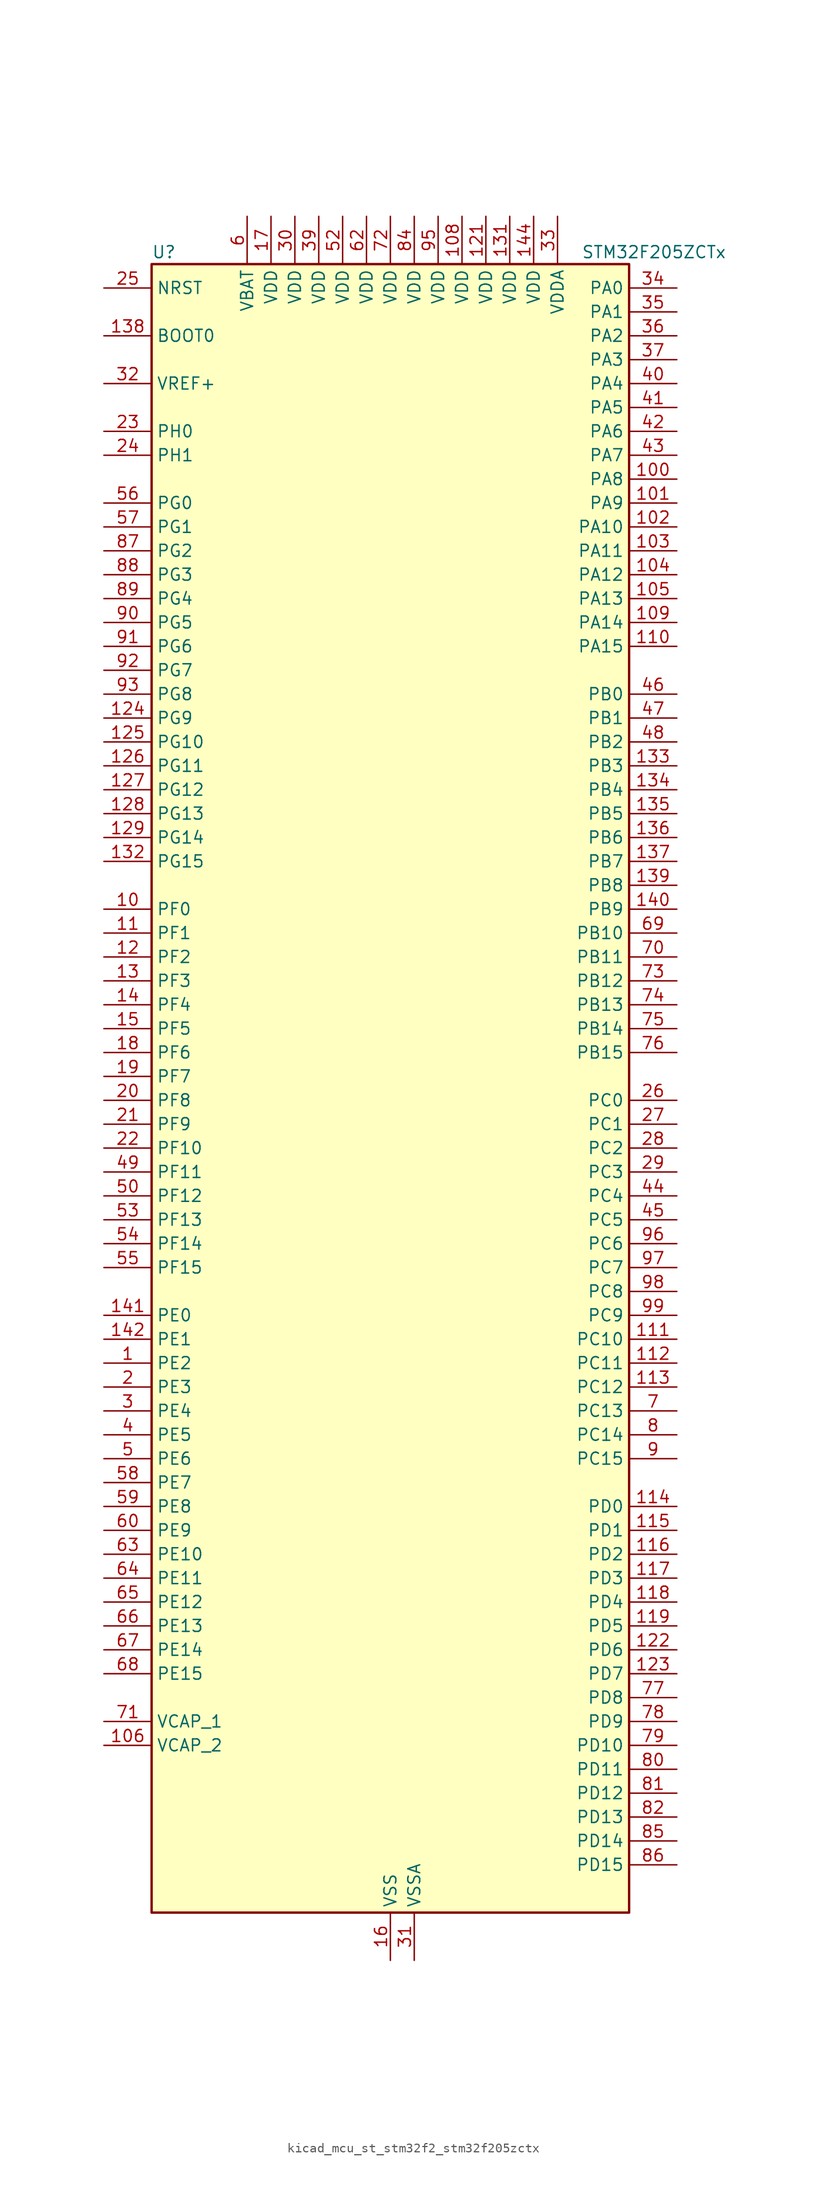
<source format=kicad_sym>
(kicad_symbol_lib
  (version 20220914)
  (generator kicad_symbol_editor)
  (symbol "kicad_mcu_st_stm32f2_stm32f205zctx"
    (property "Reference" "U"
      (at -25.4 90.17 0)
      (effects (font (size 1.27 1.27)) (justify left)))
    (property "Value" "STM32F205ZCTx"
      (at 20.32 90.17 0)
      (effects (font (size 1.27 1.27)) (justify left)))
    (property "ki_locked" ""
      (at 0 0 0)
      (effects (font (size 1.27 1.27))))
    (symbol "kicad_mcu_st_stm32f2_stm32f205zctx_0_1"
      (rectangle (start -25.4 -86.36) (end 25.4 88.9) (stroke (width 0.254) (type default)) (fill (type background))))
    (symbol "kicad_mcu_st_stm32f2_stm32f205zctx_1_1"
      (pin bidirectional line (at -30.48 -27.94 0) (length 5.08) (name "PE2" (effects (font (size 1.27 1.27)))) (number "1" (effects (font (size 1.27 1.27)))) (alternate "FSMC_A23" bidirectional line) (alternate "SYS_TRACECLK" bidirectional line))
      (pin bidirectional line (at -30.48 20.32 0) (length 5.08) (name "PF0" (effects (font (size 1.27 1.27)))) (number "10" (effects (font (size 1.27 1.27)))) (alternate "FSMC_A0" bidirectional line) (alternate "I2C2_SDA" bidirectional line))
      (pin bidirectional line (at 30.48 66.04 180) (length 5.08) (name "PA8" (effects (font (size 1.27 1.27)))) (number "100" (effects (font (size 1.27 1.27)))) (alternate "I2C3_SCL" bidirectional line) (alternate "RCC_MCO_1" bidirectional line) (alternate "TIM1_CH1" bidirectional line) (alternate "USART1_CK" bidirectional line) (alternate "USB_OTG_FS_SOF" bidirectional line))
      (pin bidirectional line (at 30.48 63.5 180) (length 5.08) (name "PA9" (effects (font (size 1.27 1.27)))) (number "101" (effects (font (size 1.27 1.27)))) (alternate "DAC_EXTI9" bidirectional line) (alternate "I2C3_SMBA" bidirectional line) (alternate "TIM1_CH2" bidirectional line) (alternate "USART1_TX" bidirectional line) (alternate "USB_OTG_FS_VBUS" bidirectional line))
      (pin bidirectional line (at 30.48 60.96 180) (length 5.08) (name "PA10" (effects (font (size 1.27 1.27)))) (number "102" (effects (font (size 1.27 1.27)))) (alternate "TIM1_CH3" bidirectional line) (alternate "USART1_RX" bidirectional line) (alternate "USB_OTG_FS_ID" bidirectional line))
      (pin bidirectional line (at 30.48 58.42 180) (length 5.08) (name "PA11" (effects (font (size 1.27 1.27)))) (number "103" (effects (font (size 1.27 1.27)))) (alternate "ADC1_EXTI11" bidirectional line) (alternate "ADC2_EXTI11" bidirectional line) (alternate "ADC3_EXTI11" bidirectional line) (alternate "CAN1_RX" bidirectional line) (alternate "TIM1_CH4" bidirectional line) (alternate "USART1_CTS" bidirectional line) (alternate "USB_OTG_FS_DM" bidirectional line))
      (pin bidirectional line (at 30.48 55.88 180) (length 5.08) (name "PA12" (effects (font (size 1.27 1.27)))) (number "104" (effects (font (size 1.27 1.27)))) (alternate "CAN1_TX" bidirectional line) (alternate "TIM1_ETR" bidirectional line) (alternate "USART1_RTS" bidirectional line) (alternate "USB_OTG_FS_DP" bidirectional line))
      (pin bidirectional line (at 30.48 53.34 180) (length 5.08) (name "PA13" (effects (font (size 1.27 1.27)))) (number "105" (effects (font (size 1.27 1.27)))) (alternate "SYS_JTMS-SWDIO" bidirectional line))
      (pin power_out line (at -30.48 -68.58 0) (length 5.08) (name "VCAP_2" (effects (font (size 1.27 1.27)))) (number "106" (effects (font (size 1.27 1.27)))))
      (pin passive line (at 0 -91.44 90) (length 5.08) hide (name "VSS" (effects (font (size 1.27 1.27)))) (number "107" (effects (font (size 1.27 1.27)))))
      (pin power_in line (at 7.62 93.98 270) (length 5.08) (name "VDD" (effects (font (size 1.27 1.27)))) (number "108" (effects (font (size 1.27 1.27)))))
      (pin bidirectional line (at 30.48 50.8 180) (length 5.08) (name "PA14" (effects (font (size 1.27 1.27)))) (number "109" (effects (font (size 1.27 1.27)))) (alternate "SYS_JTCK-SWCLK" bidirectional line))
      (pin bidirectional line (at -30.48 17.78 0) (length 5.08) (name "PF1" (effects (font (size 1.27 1.27)))) (number "11" (effects (font (size 1.27 1.27)))) (alternate "FSMC_A1" bidirectional line) (alternate "I2C2_SCL" bidirectional line))
      (pin bidirectional line (at 30.48 48.26 180) (length 5.08) (name "PA15" (effects (font (size 1.27 1.27)))) (number "110" (effects (font (size 1.27 1.27)))) (alternate "ADC1_EXTI15" bidirectional line) (alternate "ADC2_EXTI15" bidirectional line) (alternate "ADC3_EXTI15" bidirectional line) (alternate "I2S3_WS" bidirectional line) (alternate "SPI1_NSS" bidirectional line) (alternate "SPI3_NSS" bidirectional line) (alternate "SYS_JTDI" bidirectional line) (alternate "TIM2_CH1" bidirectional line) (alternate "TIM2_ETR" bidirectional line))
      (pin bidirectional line (at 30.48 -25.4 180) (length 5.08) (name "PC10" (effects (font (size 1.27 1.27)))) (number "111" (effects (font (size 1.27 1.27)))) (alternate "I2S3_SCK" bidirectional line) (alternate "SDIO_D2" bidirectional line) (alternate "SPI3_SCK" bidirectional line) (alternate "UART4_TX" bidirectional line) (alternate "USART3_TX" bidirectional line))
      (pin bidirectional line (at 30.48 -27.94 180) (length 5.08) (name "PC11" (effects (font (size 1.27 1.27)))) (number "112" (effects (font (size 1.27 1.27)))) (alternate "ADC1_EXTI11" bidirectional line) (alternate "ADC2_EXTI11" bidirectional line) (alternate "ADC3_EXTI11" bidirectional line) (alternate "SDIO_D3" bidirectional line) (alternate "SPI3_MISO" bidirectional line) (alternate "UART4_RX" bidirectional line) (alternate "USART3_RX" bidirectional line))
      (pin bidirectional line (at 30.48 -30.48 180) (length 5.08) (name "PC12" (effects (font (size 1.27 1.27)))) (number "113" (effects (font (size 1.27 1.27)))) (alternate "I2S3_SD" bidirectional line) (alternate "SDIO_CK" bidirectional line) (alternate "SPI3_MOSI" bidirectional line) (alternate "UART5_TX" bidirectional line) (alternate "USART3_CK" bidirectional line))
      (pin bidirectional line (at 30.48 -43.18 180) (length 5.08) (name "PD0" (effects (font (size 1.27 1.27)))) (number "114" (effects (font (size 1.27 1.27)))) (alternate "CAN1_RX" bidirectional line) (alternate "FSMC_D2" bidirectional line) (alternate "FSMC_DA2" bidirectional line))
      (pin bidirectional line (at 30.48 -45.72 180) (length 5.08) (name "PD1" (effects (font (size 1.27 1.27)))) (number "115" (effects (font (size 1.27 1.27)))) (alternate "CAN1_TX" bidirectional line) (alternate "FSMC_D3" bidirectional line) (alternate "FSMC_DA3" bidirectional line))
      (pin bidirectional line (at 30.48 -48.26 180) (length 5.08) (name "PD2" (effects (font (size 1.27 1.27)))) (number "116" (effects (font (size 1.27 1.27)))) (alternate "SDIO_CMD" bidirectional line) (alternate "TIM3_ETR" bidirectional line) (alternate "UART5_RX" bidirectional line))
      (pin bidirectional line (at 30.48 -50.8 180) (length 5.08) (name "PD3" (effects (font (size 1.27 1.27)))) (number "117" (effects (font (size 1.27 1.27)))) (alternate "FSMC_CLK" bidirectional line) (alternate "USART2_CTS" bidirectional line))
      (pin bidirectional line (at 30.48 -53.34 180) (length 5.08) (name "PD4" (effects (font (size 1.27 1.27)))) (number "118" (effects (font (size 1.27 1.27)))) (alternate "FSMC_NOE" bidirectional line) (alternate "USART2_RTS" bidirectional line))
      (pin bidirectional line (at 30.48 -55.88 180) (length 5.08) (name "PD5" (effects (font (size 1.27 1.27)))) (number "119" (effects (font (size 1.27 1.27)))) (alternate "FSMC_NWE" bidirectional line) (alternate "USART2_TX" bidirectional line))
      (pin bidirectional line (at -30.48 15.24 0) (length 5.08) (name "PF2" (effects (font (size 1.27 1.27)))) (number "12" (effects (font (size 1.27 1.27)))) (alternate "FSMC_A2" bidirectional line) (alternate "I2C2_SMBA" bidirectional line))
      (pin passive line (at 0 -91.44 90) (length 5.08) hide (name "VSS" (effects (font (size 1.27 1.27)))) (number "120" (effects (font (size 1.27 1.27)))))
      (pin power_in line (at 10.16 93.98 270) (length 5.08) (name "VDD" (effects (font (size 1.27 1.27)))) (number "121" (effects (font (size 1.27 1.27)))))
      (pin bidirectional line (at 30.48 -58.42 180) (length 5.08) (name "PD6" (effects (font (size 1.27 1.27)))) (number "122" (effects (font (size 1.27 1.27)))) (alternate "FSMC_NWAIT" bidirectional line) (alternate "USART2_RX" bidirectional line))
      (pin bidirectional line (at 30.48 -60.96 180) (length 5.08) (name "PD7" (effects (font (size 1.27 1.27)))) (number "123" (effects (font (size 1.27 1.27)))) (alternate "FSMC_NCE2" bidirectional line) (alternate "FSMC_NE1" bidirectional line) (alternate "USART2_CK" bidirectional line))
      (pin bidirectional line (at -30.48 40.64 0) (length 5.08) (name "PG9" (effects (font (size 1.27 1.27)))) (number "124" (effects (font (size 1.27 1.27)))) (alternate "DAC_EXTI9" bidirectional line) (alternate "FSMC_NCE3" bidirectional line) (alternate "FSMC_NE2" bidirectional line) (alternate "USART6_RX" bidirectional line))
      (pin bidirectional line (at -30.48 38.1 0) (length 5.08) (name "PG10" (effects (font (size 1.27 1.27)))) (number "125" (effects (font (size 1.27 1.27)))) (alternate "FSMC_NCE4_1" bidirectional line) (alternate "FSMC_NE3" bidirectional line))
      (pin bidirectional line (at -30.48 35.56 0) (length 5.08) (name "PG11" (effects (font (size 1.27 1.27)))) (number "126" (effects (font (size 1.27 1.27)))) (alternate "ADC1_EXTI11" bidirectional line) (alternate "ADC2_EXTI11" bidirectional line) (alternate "ADC3_EXTI11" bidirectional line) (alternate "FSMC_NCE4_2" bidirectional line))
      (pin bidirectional line (at -30.48 33.02 0) (length 5.08) (name "PG12" (effects (font (size 1.27 1.27)))) (number "127" (effects (font (size 1.27 1.27)))) (alternate "FSMC_NE4" bidirectional line) (alternate "USART6_RTS" bidirectional line))
      (pin bidirectional line (at -30.48 30.48 0) (length 5.08) (name "PG13" (effects (font (size 1.27 1.27)))) (number "128" (effects (font (size 1.27 1.27)))) (alternate "FSMC_A24" bidirectional line) (alternate "USART6_CTS" bidirectional line))
      (pin bidirectional line (at -30.48 27.94 0) (length 5.08) (name "PG14" (effects (font (size 1.27 1.27)))) (number "129" (effects (font (size 1.27 1.27)))) (alternate "FSMC_A25" bidirectional line) (alternate "USART6_TX" bidirectional line))
      (pin bidirectional line (at -30.48 12.7 0) (length 5.08) (name "PF3" (effects (font (size 1.27 1.27)))) (number "13" (effects (font (size 1.27 1.27)))) (alternate "ADC3_IN9" bidirectional line) (alternate "FSMC_A3" bidirectional line))
      (pin passive line (at 0 -91.44 90) (length 5.08) hide (name "VSS" (effects (font (size 1.27 1.27)))) (number "130" (effects (font (size 1.27 1.27)))))
      (pin power_in line (at 12.7 93.98 270) (length 5.08) (name "VDD" (effects (font (size 1.27 1.27)))) (number "131" (effects (font (size 1.27 1.27)))))
      (pin bidirectional line (at -30.48 25.4 0) (length 5.08) (name "PG15" (effects (font (size 1.27 1.27)))) (number "132" (effects (font (size 1.27 1.27)))) (alternate "ADC1_EXTI15" bidirectional line) (alternate "ADC2_EXTI15" bidirectional line) (alternate "ADC3_EXTI15" bidirectional line) (alternate "USART6_CTS" bidirectional line))
      (pin bidirectional line (at 30.48 35.56 180) (length 5.08) (name "PB3" (effects (font (size 1.27 1.27)))) (number "133" (effects (font (size 1.27 1.27)))) (alternate "I2S3_SCK" bidirectional line) (alternate "SPI1_SCK" bidirectional line) (alternate "SPI3_SCK" bidirectional line) (alternate "SYS_JTDO-SWO" bidirectional line) (alternate "TIM2_CH2" bidirectional line))
      (pin bidirectional line (at 30.48 33.02 180) (length 5.08) (name "PB4" (effects (font (size 1.27 1.27)))) (number "134" (effects (font (size 1.27 1.27)))) (alternate "SPI1_MISO" bidirectional line) (alternate "SPI3_MISO" bidirectional line) (alternate "SYS_JTRST" bidirectional line) (alternate "TIM3_CH1" bidirectional line))
      (pin bidirectional line (at 30.48 30.48 180) (length 5.08) (name "PB5" (effects (font (size 1.27 1.27)))) (number "135" (effects (font (size 1.27 1.27)))) (alternate "CAN2_RX" bidirectional line) (alternate "I2C1_SMBA" bidirectional line) (alternate "I2S3_SD" bidirectional line) (alternate "SPI1_MOSI" bidirectional line) (alternate "SPI3_MOSI" bidirectional line) (alternate "TIM3_CH2" bidirectional line) (alternate "USB_OTG_HS_ULPI_D7" bidirectional line))
      (pin bidirectional line (at 30.48 27.94 180) (length 5.08) (name "PB6" (effects (font (size 1.27 1.27)))) (number "136" (effects (font (size 1.27 1.27)))) (alternate "CAN2_TX" bidirectional line) (alternate "I2C1_SCL" bidirectional line) (alternate "TIM4_CH1" bidirectional line) (alternate "USART1_TX" bidirectional line))
      (pin bidirectional line (at 30.48 25.4 180) (length 5.08) (name "PB7" (effects (font (size 1.27 1.27)))) (number "137" (effects (font (size 1.27 1.27)))) (alternate "FSMC_NL" bidirectional line) (alternate "I2C1_SDA" bidirectional line) (alternate "TIM4_CH2" bidirectional line) (alternate "USART1_RX" bidirectional line))
      (pin input line (at -30.48 81.28 0) (length 5.08) (name "BOOT0" (effects (font (size 1.27 1.27)))) (number "138" (effects (font (size 1.27 1.27)))))
      (pin bidirectional line (at 30.48 22.86 180) (length 5.08) (name "PB8" (effects (font (size 1.27 1.27)))) (number "139" (effects (font (size 1.27 1.27)))) (alternate "CAN1_RX" bidirectional line) (alternate "I2C1_SCL" bidirectional line) (alternate "SDIO_D4" bidirectional line) (alternate "TIM10_CH1" bidirectional line) (alternate "TIM4_CH3" bidirectional line))
      (pin bidirectional line (at -30.48 10.16 0) (length 5.08) (name "PF4" (effects (font (size 1.27 1.27)))) (number "14" (effects (font (size 1.27 1.27)))) (alternate "ADC3_IN14" bidirectional line) (alternate "FSMC_A4" bidirectional line))
      (pin bidirectional line (at 30.48 20.32 180) (length 5.08) (name "PB9" (effects (font (size 1.27 1.27)))) (number "140" (effects (font (size 1.27 1.27)))) (alternate "CAN1_TX" bidirectional line) (alternate "DAC_EXTI9" bidirectional line) (alternate "I2C1_SDA" bidirectional line) (alternate "I2S2_WS" bidirectional line) (alternate "SDIO_D5" bidirectional line) (alternate "SPI2_NSS" bidirectional line) (alternate "TIM11_CH1" bidirectional line) (alternate "TIM4_CH4" bidirectional line))
      (pin bidirectional line (at -30.48 -22.86 0) (length 5.08) (name "PE0" (effects (font (size 1.27 1.27)))) (number "141" (effects (font (size 1.27 1.27)))) (alternate "FSMC_NBL0" bidirectional line) (alternate "TIM4_ETR" bidirectional line))
      (pin bidirectional line (at -30.48 -25.4 0) (length 5.08) (name "PE1" (effects (font (size 1.27 1.27)))) (number "142" (effects (font (size 1.27 1.27)))) (alternate "FSMC_NBL1" bidirectional line))
      (pin no_connect line (at -25.4 -86.36 0) (length 5.08) hide (name "RFU" (effects (font (size 1.27 1.27)))) (number "143" (effects (font (size 1.27 1.27)))))
      (pin power_in line (at 15.24 93.98 270) (length 5.08) (name "VDD" (effects (font (size 1.27 1.27)))) (number "144" (effects (font (size 1.27 1.27)))))
      (pin bidirectional line (at -30.48 7.62 0) (length 5.08) (name "PF5" (effects (font (size 1.27 1.27)))) (number "15" (effects (font (size 1.27 1.27)))) (alternate "ADC3_IN15" bidirectional line) (alternate "FSMC_A5" bidirectional line))
      (pin power_in line (at 0 -91.44 90) (length 5.08) (name "VSS" (effects (font (size 1.27 1.27)))) (number "16" (effects (font (size 1.27 1.27)))))
      (pin power_in line (at -12.7 93.98 270) (length 5.08) (name "VDD" (effects (font (size 1.27 1.27)))) (number "17" (effects (font (size 1.27 1.27)))))
      (pin bidirectional line (at -30.48 5.08 0) (length 5.08) (name "PF6" (effects (font (size 1.27 1.27)))) (number "18" (effects (font (size 1.27 1.27)))) (alternate "ADC3_IN4" bidirectional line) (alternate "FSMC_NIORD" bidirectional line) (alternate "TIM10_CH1" bidirectional line))
      (pin bidirectional line (at -30.48 2.54 0) (length 5.08) (name "PF7" (effects (font (size 1.27 1.27)))) (number "19" (effects (font (size 1.27 1.27)))) (alternate "ADC3_IN5" bidirectional line) (alternate "FSMC_NREG" bidirectional line) (alternate "TIM11_CH1" bidirectional line))
      (pin bidirectional line (at -30.48 -30.48 0) (length 5.08) (name "PE3" (effects (font (size 1.27 1.27)))) (number "2" (effects (font (size 1.27 1.27)))) (alternate "FSMC_A19" bidirectional line) (alternate "SYS_TRACED0" bidirectional line))
      (pin bidirectional line (at -30.48 0 0) (length 5.08) (name "PF8" (effects (font (size 1.27 1.27)))) (number "20" (effects (font (size 1.27 1.27)))) (alternate "ADC3_IN6" bidirectional line) (alternate "FSMC_NIOWR" bidirectional line) (alternate "TIM13_CH1" bidirectional line))
      (pin bidirectional line (at -30.48 -2.54 0) (length 5.08) (name "PF9" (effects (font (size 1.27 1.27)))) (number "21" (effects (font (size 1.27 1.27)))) (alternate "ADC3_IN7" bidirectional line) (alternate "DAC_EXTI9" bidirectional line) (alternate "FSMC_CD" bidirectional line) (alternate "TIM14_CH1" bidirectional line))
      (pin bidirectional line (at -30.48 -5.08 0) (length 5.08) (name "PF10" (effects (font (size 1.27 1.27)))) (number "22" (effects (font (size 1.27 1.27)))) (alternate "ADC3_IN8" bidirectional line) (alternate "FSMC_INTR" bidirectional line))
      (pin bidirectional line (at -30.48 71.12 0) (length 5.08) (name "PH0" (effects (font (size 1.27 1.27)))) (number "23" (effects (font (size 1.27 1.27)))) (alternate "RCC_OSC_IN" bidirectional line))
      (pin bidirectional line (at -30.48 68.58 0) (length 5.08) (name "PH1" (effects (font (size 1.27 1.27)))) (number "24" (effects (font (size 1.27 1.27)))) (alternate "RCC_OSC_OUT" bidirectional line))
      (pin input line (at -30.48 86.36 0) (length 5.08) (name "NRST" (effects (font (size 1.27 1.27)))) (number "25" (effects (font (size 1.27 1.27)))))
      (pin bidirectional line (at 30.48 0 180) (length 5.08) (name "PC0" (effects (font (size 1.27 1.27)))) (number "26" (effects (font (size 1.27 1.27)))) (alternate "ADC1_IN10" bidirectional line) (alternate "ADC2_IN10" bidirectional line) (alternate "ADC3_IN10" bidirectional line) (alternate "USB_OTG_HS_ULPI_STP" bidirectional line))
      (pin bidirectional line (at 30.48 -2.54 180) (length 5.08) (name "PC1" (effects (font (size 1.27 1.27)))) (number "27" (effects (font (size 1.27 1.27)))) (alternate "ADC1_IN11" bidirectional line) (alternate "ADC2_IN11" bidirectional line) (alternate "ADC3_IN11" bidirectional line))
      (pin bidirectional line (at 30.48 -5.08 180) (length 5.08) (name "PC2" (effects (font (size 1.27 1.27)))) (number "28" (effects (font (size 1.27 1.27)))) (alternate "ADC1_IN12" bidirectional line) (alternate "ADC2_IN12" bidirectional line) (alternate "ADC3_IN12" bidirectional line) (alternate "SPI2_MISO" bidirectional line) (alternate "USB_OTG_HS_ULPI_DIR" bidirectional line))
      (pin bidirectional line (at 30.48 -7.62 180) (length 5.08) (name "PC3" (effects (font (size 1.27 1.27)))) (number "29" (effects (font (size 1.27 1.27)))) (alternate "ADC1_IN13" bidirectional line) (alternate "ADC2_IN13" bidirectional line) (alternate "ADC3_IN13" bidirectional line) (alternate "I2S2_SD" bidirectional line) (alternate "SPI2_MOSI" bidirectional line) (alternate "USB_OTG_HS_ULPI_NXT" bidirectional line))
      (pin bidirectional line (at -30.48 -33.02 0) (length 5.08) (name "PE4" (effects (font (size 1.27 1.27)))) (number "3" (effects (font (size 1.27 1.27)))) (alternate "FSMC_A20" bidirectional line) (alternate "SYS_TRACED1" bidirectional line))
      (pin power_in line (at -10.16 93.98 270) (length 5.08) (name "VDD" (effects (font (size 1.27 1.27)))) (number "30" (effects (font (size 1.27 1.27)))))
      (pin power_in line (at 2.54 -91.44 90) (length 5.08) (name "VSSA" (effects (font (size 1.27 1.27)))) (number "31" (effects (font (size 1.27 1.27)))))
      (pin input line (at -30.48 76.2 0) (length 5.08) (name "VREF+" (effects (font (size 1.27 1.27)))) (number "32" (effects (font (size 1.27 1.27)))))
      (pin power_in line (at 17.78 93.98 270) (length 5.08) (name "VDDA" (effects (font (size 1.27 1.27)))) (number "33" (effects (font (size 1.27 1.27)))))
      (pin bidirectional line (at 30.48 86.36 180) (length 5.08) (name "PA0" (effects (font (size 1.27 1.27)))) (number "34" (effects (font (size 1.27 1.27)))) (alternate "ADC1_IN0" bidirectional line) (alternate "ADC2_IN0" bidirectional line) (alternate "ADC3_IN0" bidirectional line) (alternate "SYS_WKUP" bidirectional line) (alternate "TIM2_CH1" bidirectional line) (alternate "TIM2_ETR" bidirectional line) (alternate "TIM5_CH1" bidirectional line) (alternate "TIM8_ETR" bidirectional line) (alternate "UART4_TX" bidirectional line) (alternate "USART2_CTS" bidirectional line))
      (pin bidirectional line (at 30.48 83.82 180) (length 5.08) (name "PA1" (effects (font (size 1.27 1.27)))) (number "35" (effects (font (size 1.27 1.27)))) (alternate "ADC1_IN1" bidirectional line) (alternate "ADC2_IN1" bidirectional line) (alternate "ADC3_IN1" bidirectional line) (alternate "TIM2_CH2" bidirectional line) (alternate "TIM5_CH2" bidirectional line) (alternate "UART4_RX" bidirectional line) (alternate "USART2_RTS" bidirectional line))
      (pin bidirectional line (at 30.48 81.28 180) (length 5.08) (name "PA2" (effects (font (size 1.27 1.27)))) (number "36" (effects (font (size 1.27 1.27)))) (alternate "ADC1_IN2" bidirectional line) (alternate "ADC2_IN2" bidirectional line) (alternate "ADC3_IN2" bidirectional line) (alternate "TIM2_CH3" bidirectional line) (alternate "TIM5_CH3" bidirectional line) (alternate "TIM9_CH1" bidirectional line) (alternate "USART2_TX" bidirectional line))
      (pin bidirectional line (at 30.48 78.74 180) (length 5.08) (name "PA3" (effects (font (size 1.27 1.27)))) (number "37" (effects (font (size 1.27 1.27)))) (alternate "ADC1_IN3" bidirectional line) (alternate "ADC2_IN3" bidirectional line) (alternate "ADC3_IN3" bidirectional line) (alternate "TIM2_CH4" bidirectional line) (alternate "TIM5_CH4" bidirectional line) (alternate "TIM9_CH2" bidirectional line) (alternate "USART2_RX" bidirectional line) (alternate "USB_OTG_HS_ULPI_D0" bidirectional line))
      (pin passive line (at 0 -91.44 90) (length 5.08) hide (name "VSS" (effects (font (size 1.27 1.27)))) (number "38" (effects (font (size 1.27 1.27)))))
      (pin power_in line (at -7.62 93.98 270) (length 5.08) (name "VDD" (effects (font (size 1.27 1.27)))) (number "39" (effects (font (size 1.27 1.27)))))
      (pin bidirectional line (at -30.48 -35.56 0) (length 5.08) (name "PE5" (effects (font (size 1.27 1.27)))) (number "4" (effects (font (size 1.27 1.27)))) (alternate "FSMC_A21" bidirectional line) (alternate "SYS_TRACED2" bidirectional line) (alternate "TIM9_CH1" bidirectional line))
      (pin bidirectional line (at 30.48 76.2 180) (length 5.08) (name "PA4" (effects (font (size 1.27 1.27)))) (number "40" (effects (font (size 1.27 1.27)))) (alternate "ADC1_IN4" bidirectional line) (alternate "ADC2_IN4" bidirectional line) (alternate "DAC_OUT1" bidirectional line) (alternate "I2S3_WS" bidirectional line) (alternate "SPI1_NSS" bidirectional line) (alternate "SPI3_NSS" bidirectional line) (alternate "USART2_CK" bidirectional line) (alternate "USB_OTG_HS_SOF" bidirectional line))
      (pin bidirectional line (at 30.48 73.66 180) (length 5.08) (name "PA5" (effects (font (size 1.27 1.27)))) (number "41" (effects (font (size 1.27 1.27)))) (alternate "ADC1_IN5" bidirectional line) (alternate "ADC2_IN5" bidirectional line) (alternate "DAC_OUT2" bidirectional line) (alternate "SPI1_SCK" bidirectional line) (alternate "TIM2_CH1" bidirectional line) (alternate "TIM2_ETR" bidirectional line) (alternate "TIM8_CH1N" bidirectional line) (alternate "USB_OTG_HS_ULPI_CK" bidirectional line))
      (pin bidirectional line (at 30.48 71.12 180) (length 5.08) (name "PA6" (effects (font (size 1.27 1.27)))) (number "42" (effects (font (size 1.27 1.27)))) (alternate "ADC1_IN6" bidirectional line) (alternate "ADC2_IN6" bidirectional line) (alternate "SPI1_MISO" bidirectional line) (alternate "TIM13_CH1" bidirectional line) (alternate "TIM1_BKIN" bidirectional line) (alternate "TIM3_CH1" bidirectional line) (alternate "TIM8_BKIN" bidirectional line))
      (pin bidirectional line (at 30.48 68.58 180) (length 5.08) (name "PA7" (effects (font (size 1.27 1.27)))) (number "43" (effects (font (size 1.27 1.27)))) (alternate "ADC1_IN7" bidirectional line) (alternate "ADC2_IN7" bidirectional line) (alternate "SPI1_MOSI" bidirectional line) (alternate "TIM14_CH1" bidirectional line) (alternate "TIM1_CH1N" bidirectional line) (alternate "TIM3_CH2" bidirectional line) (alternate "TIM8_CH1N" bidirectional line))
      (pin bidirectional line (at 30.48 -10.16 180) (length 5.08) (name "PC4" (effects (font (size 1.27 1.27)))) (number "44" (effects (font (size 1.27 1.27)))) (alternate "ADC1_IN14" bidirectional line) (alternate "ADC2_IN14" bidirectional line))
      (pin bidirectional line (at 30.48 -12.7 180) (length 5.08) (name "PC5" (effects (font (size 1.27 1.27)))) (number "45" (effects (font (size 1.27 1.27)))) (alternate "ADC1_IN15" bidirectional line) (alternate "ADC2_IN15" bidirectional line))
      (pin bidirectional line (at 30.48 43.18 180) (length 5.08) (name "PB0" (effects (font (size 1.27 1.27)))) (number "46" (effects (font (size 1.27 1.27)))) (alternate "ADC1_IN8" bidirectional line) (alternate "ADC2_IN8" bidirectional line) (alternate "TIM1_CH2N" bidirectional line) (alternate "TIM3_CH3" bidirectional line) (alternate "TIM8_CH2N" bidirectional line) (alternate "USB_OTG_HS_ULPI_D1" bidirectional line))
      (pin bidirectional line (at 30.48 40.64 180) (length 5.08) (name "PB1" (effects (font (size 1.27 1.27)))) (number "47" (effects (font (size 1.27 1.27)))) (alternate "ADC1_IN9" bidirectional line) (alternate "ADC2_IN9" bidirectional line) (alternate "TIM1_CH3N" bidirectional line) (alternate "TIM3_CH4" bidirectional line) (alternate "TIM8_CH3N" bidirectional line) (alternate "USB_OTG_HS_ULPI_D2" bidirectional line))
      (pin bidirectional line (at 30.48 38.1 180) (length 5.08) (name "PB2" (effects (font (size 1.27 1.27)))) (number "48" (effects (font (size 1.27 1.27)))))
      (pin bidirectional line (at -30.48 -7.62 0) (length 5.08) (name "PF11" (effects (font (size 1.27 1.27)))) (number "49" (effects (font (size 1.27 1.27)))) (alternate "ADC1_EXTI11" bidirectional line) (alternate "ADC2_EXTI11" bidirectional line) (alternate "ADC3_EXTI11" bidirectional line))
      (pin bidirectional line (at -30.48 -38.1 0) (length 5.08) (name "PE6" (effects (font (size 1.27 1.27)))) (number "5" (effects (font (size 1.27 1.27)))) (alternate "FSMC_A22" bidirectional line) (alternate "SYS_TRACED3" bidirectional line) (alternate "TIM9_CH2" bidirectional line))
      (pin bidirectional line (at -30.48 -10.16 0) (length 5.08) (name "PF12" (effects (font (size 1.27 1.27)))) (number "50" (effects (font (size 1.27 1.27)))) (alternate "FSMC_A6" bidirectional line))
      (pin passive line (at 0 -91.44 90) (length 5.08) hide (name "VSS" (effects (font (size 1.27 1.27)))) (number "51" (effects (font (size 1.27 1.27)))))
      (pin power_in line (at -5.08 93.98 270) (length 5.08) (name "VDD" (effects (font (size 1.27 1.27)))) (number "52" (effects (font (size 1.27 1.27)))))
      (pin bidirectional line (at -30.48 -12.7 0) (length 5.08) (name "PF13" (effects (font (size 1.27 1.27)))) (number "53" (effects (font (size 1.27 1.27)))) (alternate "FSMC_A7" bidirectional line))
      (pin bidirectional line (at -30.48 -15.24 0) (length 5.08) (name "PF14" (effects (font (size 1.27 1.27)))) (number "54" (effects (font (size 1.27 1.27)))) (alternate "FSMC_A8" bidirectional line))
      (pin bidirectional line (at -30.48 -17.78 0) (length 5.08) (name "PF15" (effects (font (size 1.27 1.27)))) (number "55" (effects (font (size 1.27 1.27)))) (alternate "ADC1_EXTI15" bidirectional line) (alternate "ADC2_EXTI15" bidirectional line) (alternate "ADC3_EXTI15" bidirectional line) (alternate "FSMC_A9" bidirectional line))
      (pin bidirectional line (at -30.48 63.5 0) (length 5.08) (name "PG0" (effects (font (size 1.27 1.27)))) (number "56" (effects (font (size 1.27 1.27)))) (alternate "FSMC_A10" bidirectional line))
      (pin bidirectional line (at -30.48 60.96 0) (length 5.08) (name "PG1" (effects (font (size 1.27 1.27)))) (number "57" (effects (font (size 1.27 1.27)))) (alternate "FSMC_A11" bidirectional line))
      (pin bidirectional line (at -30.48 -40.64 0) (length 5.08) (name "PE7" (effects (font (size 1.27 1.27)))) (number "58" (effects (font (size 1.27 1.27)))) (alternate "FSMC_D4" bidirectional line) (alternate "FSMC_DA4" bidirectional line) (alternate "TIM1_ETR" bidirectional line))
      (pin bidirectional line (at -30.48 -43.18 0) (length 5.08) (name "PE8" (effects (font (size 1.27 1.27)))) (number "59" (effects (font (size 1.27 1.27)))) (alternate "FSMC_D5" bidirectional line) (alternate "FSMC_DA5" bidirectional line) (alternate "TIM1_CH1N" bidirectional line))
      (pin power_in line (at -15.24 93.98 270) (length 5.08) (name "VBAT" (effects (font (size 1.27 1.27)))) (number "6" (effects (font (size 1.27 1.27)))))
      (pin bidirectional line (at -30.48 -45.72 0) (length 5.08) (name "PE9" (effects (font (size 1.27 1.27)))) (number "60" (effects (font (size 1.27 1.27)))) (alternate "DAC_EXTI9" bidirectional line) (alternate "FSMC_D6" bidirectional line) (alternate "FSMC_DA6" bidirectional line) (alternate "TIM1_CH1" bidirectional line))
      (pin passive line (at 0 -91.44 90) (length 5.08) hide (name "VSS" (effects (font (size 1.27 1.27)))) (number "61" (effects (font (size 1.27 1.27)))))
      (pin power_in line (at -2.54 93.98 270) (length 5.08) (name "VDD" (effects (font (size 1.27 1.27)))) (number "62" (effects (font (size 1.27 1.27)))))
      (pin bidirectional line (at -30.48 -48.26 0) (length 5.08) (name "PE10" (effects (font (size 1.27 1.27)))) (number "63" (effects (font (size 1.27 1.27)))) (alternate "FSMC_D7" bidirectional line) (alternate "FSMC_DA7" bidirectional line) (alternate "TIM1_CH2N" bidirectional line))
      (pin bidirectional line (at -30.48 -50.8 0) (length 5.08) (name "PE11" (effects (font (size 1.27 1.27)))) (number "64" (effects (font (size 1.27 1.27)))) (alternate "ADC1_EXTI11" bidirectional line) (alternate "ADC2_EXTI11" bidirectional line) (alternate "ADC3_EXTI11" bidirectional line) (alternate "FSMC_D8" bidirectional line) (alternate "FSMC_DA8" bidirectional line) (alternate "TIM1_CH2" bidirectional line))
      (pin bidirectional line (at -30.48 -53.34 0) (length 5.08) (name "PE12" (effects (font (size 1.27 1.27)))) (number "65" (effects (font (size 1.27 1.27)))) (alternate "FSMC_D9" bidirectional line) (alternate "FSMC_DA9" bidirectional line) (alternate "TIM1_CH3N" bidirectional line))
      (pin bidirectional line (at -30.48 -55.88 0) (length 5.08) (name "PE13" (effects (font (size 1.27 1.27)))) (number "66" (effects (font (size 1.27 1.27)))) (alternate "FSMC_D10" bidirectional line) (alternate "FSMC_DA10" bidirectional line) (alternate "TIM1_CH3" bidirectional line))
      (pin bidirectional line (at -30.48 -58.42 0) (length 5.08) (name "PE14" (effects (font (size 1.27 1.27)))) (number "67" (effects (font (size 1.27 1.27)))) (alternate "FSMC_D11" bidirectional line) (alternate "FSMC_DA11" bidirectional line) (alternate "TIM1_CH4" bidirectional line))
      (pin bidirectional line (at -30.48 -60.96 0) (length 5.08) (name "PE15" (effects (font (size 1.27 1.27)))) (number "68" (effects (font (size 1.27 1.27)))) (alternate "ADC1_EXTI15" bidirectional line) (alternate "ADC2_EXTI15" bidirectional line) (alternate "ADC3_EXTI15" bidirectional line) (alternate "FSMC_D12" bidirectional line) (alternate "FSMC_DA12" bidirectional line) (alternate "TIM1_BKIN" bidirectional line))
      (pin bidirectional line (at 30.48 17.78 180) (length 5.08) (name "PB10" (effects (font (size 1.27 1.27)))) (number "69" (effects (font (size 1.27 1.27)))) (alternate "I2C2_SCL" bidirectional line) (alternate "I2S2_SCK" bidirectional line) (alternate "SPI2_SCK" bidirectional line) (alternate "TIM2_CH3" bidirectional line) (alternate "USART3_TX" bidirectional line) (alternate "USB_OTG_HS_ULPI_D3" bidirectional line))
      (pin bidirectional line (at 30.48 -33.02 180) (length 5.08) (name "PC13" (effects (font (size 1.27 1.27)))) (number "7" (effects (font (size 1.27 1.27)))) (alternate "RTC_AF1" bidirectional line))
      (pin bidirectional line (at 30.48 15.24 180) (length 5.08) (name "PB11" (effects (font (size 1.27 1.27)))) (number "70" (effects (font (size 1.27 1.27)))) (alternate "ADC1_EXTI11" bidirectional line) (alternate "ADC2_EXTI11" bidirectional line) (alternate "ADC3_EXTI11" bidirectional line) (alternate "I2C2_SDA" bidirectional line) (alternate "TIM2_CH4" bidirectional line) (alternate "USART3_RX" bidirectional line) (alternate "USB_OTG_HS_ULPI_D4" bidirectional line))
      (pin power_out line (at -30.48 -66.04 0) (length 5.08) (name "VCAP_1" (effects (font (size 1.27 1.27)))) (number "71" (effects (font (size 1.27 1.27)))))
      (pin power_in line (at 0 93.98 270) (length 5.08) (name "VDD" (effects (font (size 1.27 1.27)))) (number "72" (effects (font (size 1.27 1.27)))))
      (pin bidirectional line (at 30.48 12.7 180) (length 5.08) (name "PB12" (effects (font (size 1.27 1.27)))) (number "73" (effects (font (size 1.27 1.27)))) (alternate "CAN2_RX" bidirectional line) (alternate "I2C2_SMBA" bidirectional line) (alternate "I2S2_WS" bidirectional line) (alternate "SPI2_NSS" bidirectional line) (alternate "TIM1_BKIN" bidirectional line) (alternate "USART3_CK" bidirectional line) (alternate "USB_OTG_HS_ID" bidirectional line) (alternate "USB_OTG_HS_ULPI_D5" bidirectional line))
      (pin bidirectional line (at 30.48 10.16 180) (length 5.08) (name "PB13" (effects (font (size 1.27 1.27)))) (number "74" (effects (font (size 1.27 1.27)))) (alternate "CAN2_TX" bidirectional line) (alternate "I2S2_SCK" bidirectional line) (alternate "SPI2_SCK" bidirectional line) (alternate "TIM1_CH1N" bidirectional line) (alternate "USART3_CTS" bidirectional line) (alternate "USB_OTG_HS_ULPI_D6" bidirectional line) (alternate "USB_OTG_HS_VBUS" bidirectional line))
      (pin bidirectional line (at 30.48 7.62 180) (length 5.08) (name "PB14" (effects (font (size 1.27 1.27)))) (number "75" (effects (font (size 1.27 1.27)))) (alternate "SPI2_MISO" bidirectional line) (alternate "TIM12_CH1" bidirectional line) (alternate "TIM1_CH2N" bidirectional line) (alternate "TIM8_CH2N" bidirectional line) (alternate "USART3_RTS" bidirectional line) (alternate "USB_OTG_HS_DM" bidirectional line))
      (pin bidirectional line (at 30.48 5.08 180) (length 5.08) (name "PB15" (effects (font (size 1.27 1.27)))) (number "76" (effects (font (size 1.27 1.27)))) (alternate "ADC1_EXTI15" bidirectional line) (alternate "ADC2_EXTI15" bidirectional line) (alternate "ADC3_EXTI15" bidirectional line) (alternate "I2S2_SD" bidirectional line) (alternate "RTC_REFIN" bidirectional line) (alternate "SPI2_MOSI" bidirectional line) (alternate "TIM12_CH2" bidirectional line) (alternate "TIM1_CH3N" bidirectional line) (alternate "TIM8_CH3N" bidirectional line) (alternate "USB_OTG_HS_DP" bidirectional line))
      (pin bidirectional line (at 30.48 -63.5 180) (length 5.08) (name "PD8" (effects (font (size 1.27 1.27)))) (number "77" (effects (font (size 1.27 1.27)))) (alternate "FSMC_D13" bidirectional line) (alternate "FSMC_DA13" bidirectional line) (alternate "USART3_TX" bidirectional line))
      (pin bidirectional line (at 30.48 -66.04 180) (length 5.08) (name "PD9" (effects (font (size 1.27 1.27)))) (number "78" (effects (font (size 1.27 1.27)))) (alternate "DAC_EXTI9" bidirectional line) (alternate "FSMC_D14" bidirectional line) (alternate "FSMC_DA14" bidirectional line) (alternate "USART3_RX" bidirectional line))
      (pin bidirectional line (at 30.48 -68.58 180) (length 5.08) (name "PD10" (effects (font (size 1.27 1.27)))) (number "79" (effects (font (size 1.27 1.27)))) (alternate "FSMC_D15" bidirectional line) (alternate "FSMC_DA15" bidirectional line) (alternate "USART3_CK" bidirectional line))
      (pin bidirectional line (at 30.48 -35.56 180) (length 5.08) (name "PC14" (effects (font (size 1.27 1.27)))) (number "8" (effects (font (size 1.27 1.27)))) (alternate "RCC_OSC32_IN" bidirectional line))
      (pin bidirectional line (at 30.48 -71.12 180) (length 5.08) (name "PD11" (effects (font (size 1.27 1.27)))) (number "80" (effects (font (size 1.27 1.27)))) (alternate "ADC1_EXTI11" bidirectional line) (alternate "ADC2_EXTI11" bidirectional line) (alternate "ADC3_EXTI11" bidirectional line) (alternate "FSMC_A16" bidirectional line) (alternate "FSMC_CLE" bidirectional line) (alternate "USART3_CTS" bidirectional line))
      (pin bidirectional line (at 30.48 -73.66 180) (length 5.08) (name "PD12" (effects (font (size 1.27 1.27)))) (number "81" (effects (font (size 1.27 1.27)))) (alternate "FSMC_A17" bidirectional line) (alternate "FSMC_ALE" bidirectional line) (alternate "TIM4_CH1" bidirectional line) (alternate "USART3_RTS" bidirectional line))
      (pin bidirectional line (at 30.48 -76.2 180) (length 5.08) (name "PD13" (effects (font (size 1.27 1.27)))) (number "82" (effects (font (size 1.27 1.27)))) (alternate "FSMC_A18" bidirectional line) (alternate "TIM4_CH2" bidirectional line))
      (pin passive line (at 0 -91.44 90) (length 5.08) hide (name "VSS" (effects (font (size 1.27 1.27)))) (number "83" (effects (font (size 1.27 1.27)))))
      (pin power_in line (at 2.54 93.98 270) (length 5.08) (name "VDD" (effects (font (size 1.27 1.27)))) (number "84" (effects (font (size 1.27 1.27)))))
      (pin bidirectional line (at 30.48 -78.74 180) (length 5.08) (name "PD14" (effects (font (size 1.27 1.27)))) (number "85" (effects (font (size 1.27 1.27)))) (alternate "FSMC_D0" bidirectional line) (alternate "FSMC_DA0" bidirectional line) (alternate "TIM4_CH3" bidirectional line))
      (pin bidirectional line (at 30.48 -81.28 180) (length 5.08) (name "PD15" (effects (font (size 1.27 1.27)))) (number "86" (effects (font (size 1.27 1.27)))) (alternate "ADC1_EXTI15" bidirectional line) (alternate "ADC2_EXTI15" bidirectional line) (alternate "ADC3_EXTI15" bidirectional line) (alternate "FSMC_D1" bidirectional line) (alternate "FSMC_DA1" bidirectional line) (alternate "TIM4_CH4" bidirectional line))
      (pin bidirectional line (at -30.48 58.42 0) (length 5.08) (name "PG2" (effects (font (size 1.27 1.27)))) (number "87" (effects (font (size 1.27 1.27)))) (alternate "FSMC_A12" bidirectional line))
      (pin bidirectional line (at -30.48 55.88 0) (length 5.08) (name "PG3" (effects (font (size 1.27 1.27)))) (number "88" (effects (font (size 1.27 1.27)))) (alternate "FSMC_A13" bidirectional line))
      (pin bidirectional line (at -30.48 53.34 0) (length 5.08) (name "PG4" (effects (font (size 1.27 1.27)))) (number "89" (effects (font (size 1.27 1.27)))) (alternate "FSMC_A14" bidirectional line))
      (pin bidirectional line (at 30.48 -38.1 180) (length 5.08) (name "PC15" (effects (font (size 1.27 1.27)))) (number "9" (effects (font (size 1.27 1.27)))) (alternate "ADC1_EXTI15" bidirectional line) (alternate "ADC2_EXTI15" bidirectional line) (alternate "ADC3_EXTI15" bidirectional line) (alternate "RCC_OSC32_OUT" bidirectional line))
      (pin bidirectional line (at -30.48 50.8 0) (length 5.08) (name "PG5" (effects (font (size 1.27 1.27)))) (number "90" (effects (font (size 1.27 1.27)))) (alternate "FSMC_A15" bidirectional line))
      (pin bidirectional line (at -30.48 48.26 0) (length 5.08) (name "PG6" (effects (font (size 1.27 1.27)))) (number "91" (effects (font (size 1.27 1.27)))) (alternate "FSMC_INT2" bidirectional line))
      (pin bidirectional line (at -30.48 45.72 0) (length 5.08) (name "PG7" (effects (font (size 1.27 1.27)))) (number "92" (effects (font (size 1.27 1.27)))) (alternate "FSMC_INT3" bidirectional line) (alternate "USART6_CK" bidirectional line))
      (pin bidirectional line (at -30.48 43.18 0) (length 5.08) (name "PG8" (effects (font (size 1.27 1.27)))) (number "93" (effects (font (size 1.27 1.27)))) (alternate "USART6_RTS" bidirectional line))
      (pin passive line (at 0 -91.44 90) (length 5.08) hide (name "VSS" (effects (font (size 1.27 1.27)))) (number "94" (effects (font (size 1.27 1.27)))))
      (pin power_in line (at 5.08 93.98 270) (length 5.08) (name "VDD" (effects (font (size 1.27 1.27)))) (number "95" (effects (font (size 1.27 1.27)))))
      (pin bidirectional line (at 30.48 -15.24 180) (length 5.08) (name "PC6" (effects (font (size 1.27 1.27)))) (number "96" (effects (font (size 1.27 1.27)))) (alternate "I2S2_MCK" bidirectional line) (alternate "SDIO_D6" bidirectional line) (alternate "TIM3_CH1" bidirectional line) (alternate "TIM8_CH1" bidirectional line) (alternate "USART6_TX" bidirectional line))
      (pin bidirectional line (at 30.48 -17.78 180) (length 5.08) (name "PC7" (effects (font (size 1.27 1.27)))) (number "97" (effects (font (size 1.27 1.27)))) (alternate "I2S3_MCK" bidirectional line) (alternate "SDIO_D7" bidirectional line) (alternate "TIM3_CH2" bidirectional line) (alternate "TIM8_CH2" bidirectional line) (alternate "USART6_RX" bidirectional line))
      (pin bidirectional line (at 30.48 -20.32 180) (length 5.08) (name "PC8" (effects (font (size 1.27 1.27)))) (number "98" (effects (font (size 1.27 1.27)))) (alternate "SDIO_D0" bidirectional line) (alternate "TIM3_CH3" bidirectional line) (alternate "TIM8_CH3" bidirectional line) (alternate "USART6_CK" bidirectional line))
      (pin bidirectional line (at 30.48 -22.86 180) (length 5.08) (name "PC9" (effects (font (size 1.27 1.27)))) (number "99" (effects (font (size 1.27 1.27)))) (alternate "DAC_EXTI9" bidirectional line) (alternate "I2C3_SDA" bidirectional line) (alternate "I2S_CKIN" bidirectional line) (alternate "RCC_MCO_2" bidirectional line) (alternate "SDIO_D1" bidirectional line) (alternate "TIM3_CH4" bidirectional line) (alternate "TIM8_CH4" bidirectional line)))))
</source>
